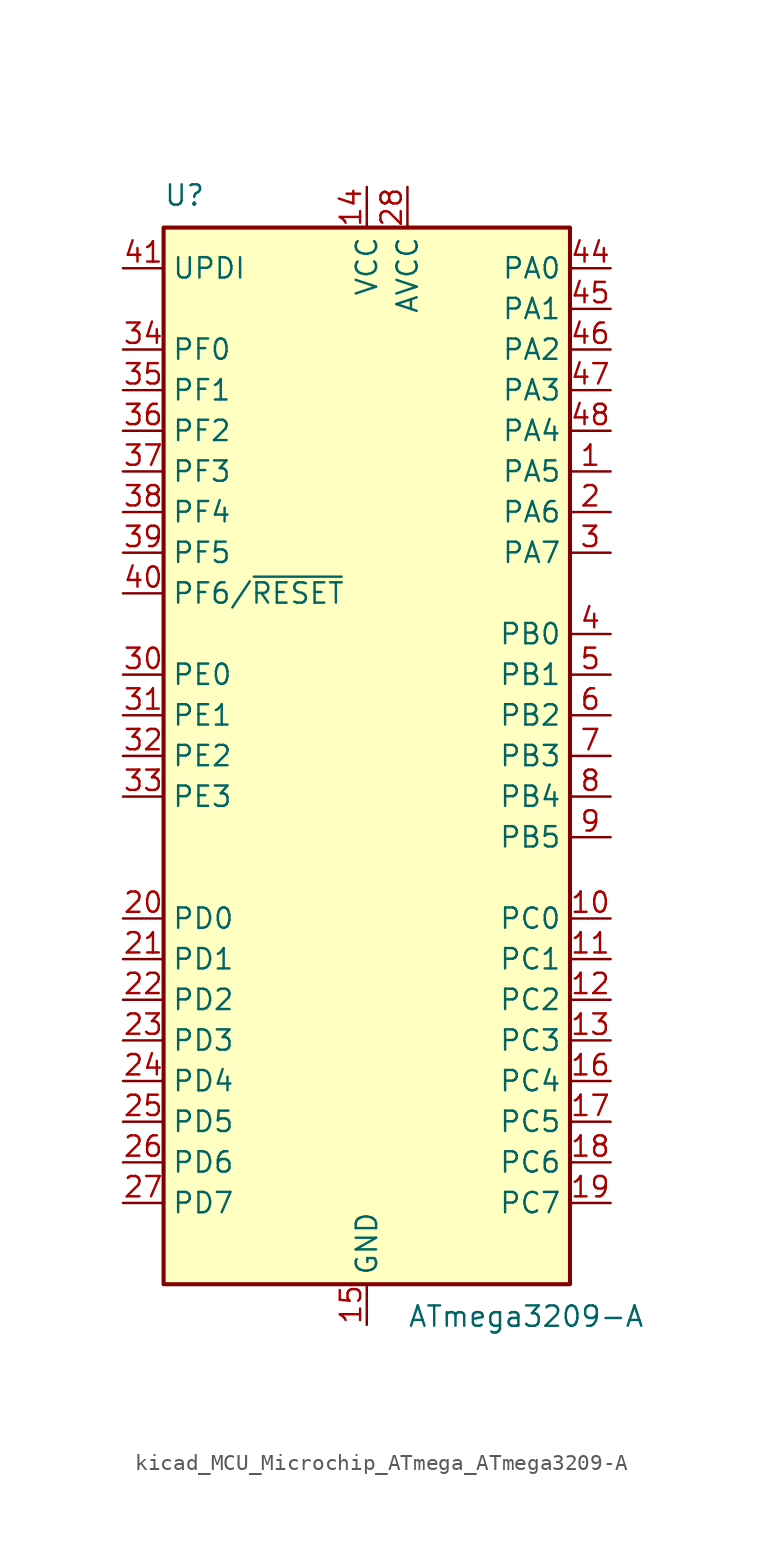
<source format=kicad_sym>
(kicad_symbol_lib
  (version 20220914)
  (generator kicad_symbol_editor)
  (symbol "kicad_MCU_Microchip_ATmega_ATmega3209-A"
    (property "Reference" "U"
      (at -12.7 34.29 0)
      (effects (font (size 1.27 1.27)) (justify left bottom)))
    (property "Value" "ATmega3209-A"
      (at 2.54 -34.29 0)
      (effects (font (size 1.27 1.27)) (justify left top)))
    (symbol "kicad_MCU_Microchip_ATmega_ATmega3209-A_0_1"
      (rectangle (start -12.7 -33.02) (end 12.7 33.02) (stroke (width 0.254) (type default)) (fill (type background))))
    (symbol "kicad_MCU_Microchip_ATmega_ATmega3209-A_1_1"
      (pin bidirectional line (at 15.24 17.78 180) (length 2.54) (name "PA5" (effects (font (size 1.27 1.27)))) (number "1" (effects (font (size 1.27 1.27)))))
      (pin bidirectional line (at 15.24 -10.16 180) (length 2.54) (name "PC0" (effects (font (size 1.27 1.27)))) (number "10" (effects (font (size 1.27 1.27)))))
      (pin bidirectional line (at 15.24 -12.7 180) (length 2.54) (name "PC1" (effects (font (size 1.27 1.27)))) (number "11" (effects (font (size 1.27 1.27)))))
      (pin bidirectional line (at 15.24 -15.24 180) (length 2.54) (name "PC2" (effects (font (size 1.27 1.27)))) (number "12" (effects (font (size 1.27 1.27)))))
      (pin bidirectional line (at 15.24 -17.78 180) (length 2.54) (name "PC3" (effects (font (size 1.27 1.27)))) (number "13" (effects (font (size 1.27 1.27)))))
      (pin power_in line (at 0 35.56 270) (length 2.54) (name "VCC" (effects (font (size 1.27 1.27)))) (number "14" (effects (font (size 1.27 1.27)))))
      (pin power_in line (at 0 -35.56 90) (length 2.54) (name "GND" (effects (font (size 1.27 1.27)))) (number "15" (effects (font (size 1.27 1.27)))))
      (pin bidirectional line (at 15.24 -20.32 180) (length 2.54) (name "PC4" (effects (font (size 1.27 1.27)))) (number "16" (effects (font (size 1.27 1.27)))))
      (pin bidirectional line (at 15.24 -22.86 180) (length 2.54) (name "PC5" (effects (font (size 1.27 1.27)))) (number "17" (effects (font (size 1.27 1.27)))))
      (pin bidirectional line (at 15.24 -25.4 180) (length 2.54) (name "PC6" (effects (font (size 1.27 1.27)))) (number "18" (effects (font (size 1.27 1.27)))))
      (pin bidirectional line (at 15.24 -27.94 180) (length 2.54) (name "PC7" (effects (font (size 1.27 1.27)))) (number "19" (effects (font (size 1.27 1.27)))))
      (pin bidirectional line (at 15.24 15.24 180) (length 2.54) (name "PA6" (effects (font (size 1.27 1.27)))) (number "2" (effects (font (size 1.27 1.27)))))
      (pin bidirectional line (at -15.24 -10.16 0) (length 2.54) (name "PD0" (effects (font (size 1.27 1.27)))) (number "20" (effects (font (size 1.27 1.27)))))
      (pin bidirectional line (at -15.24 -12.7 0) (length 2.54) (name "PD1" (effects (font (size 1.27 1.27)))) (number "21" (effects (font (size 1.27 1.27)))))
      (pin bidirectional line (at -15.24 -15.24 0) (length 2.54) (name "PD2" (effects (font (size 1.27 1.27)))) (number "22" (effects (font (size 1.27 1.27)))))
      (pin bidirectional line (at -15.24 -17.78 0) (length 2.54) (name "PD3" (effects (font (size 1.27 1.27)))) (number "23" (effects (font (size 1.27 1.27)))))
      (pin bidirectional line (at -15.24 -20.32 0) (length 2.54) (name "PD4" (effects (font (size 1.27 1.27)))) (number "24" (effects (font (size 1.27 1.27)))))
      (pin bidirectional line (at -15.24 -22.86 0) (length 2.54) (name "PD5" (effects (font (size 1.27 1.27)))) (number "25" (effects (font (size 1.27 1.27)))))
      (pin bidirectional line (at -15.24 -25.4 0) (length 2.54) (name "PD6" (effects (font (size 1.27 1.27)))) (number "26" (effects (font (size 1.27 1.27)))))
      (pin bidirectional line (at -15.24 -27.94 0) (length 2.54) (name "PD7" (effects (font (size 1.27 1.27)))) (number "27" (effects (font (size 1.27 1.27)))))
      (pin power_in line (at 2.54 35.56 270) (length 2.54) (name "AVCC" (effects (font (size 1.27 1.27)))) (number "28" (effects (font (size 1.27 1.27)))))
      (pin passive line (at 0 -35.56 90) (length 2.54) hide (name "GND" (effects (font (size 1.27 1.27)))) (number "29" (effects (font (size 1.27 1.27)))))
      (pin bidirectional line (at 15.24 12.7 180) (length 2.54) (name "PA7" (effects (font (size 1.27 1.27)))) (number "3" (effects (font (size 1.27 1.27)))))
      (pin bidirectional line (at -15.24 5.08 0) (length 2.54) (name "PE0" (effects (font (size 1.27 1.27)))) (number "30" (effects (font (size 1.27 1.27)))))
      (pin bidirectional line (at -15.24 2.54 0) (length 2.54) (name "PE1" (effects (font (size 1.27 1.27)))) (number "31" (effects (font (size 1.27 1.27)))))
      (pin bidirectional line (at -15.24 0 0) (length 2.54) (name "PE2" (effects (font (size 1.27 1.27)))) (number "32" (effects (font (size 1.27 1.27)))))
      (pin bidirectional line (at -15.24 -2.54 0) (length 2.54) (name "PE3" (effects (font (size 1.27 1.27)))) (number "33" (effects (font (size 1.27 1.27)))))
      (pin bidirectional line (at -15.24 25.4 0) (length 2.54) (name "PF0" (effects (font (size 1.27 1.27)))) (number "34" (effects (font (size 1.27 1.27)))))
      (pin bidirectional line (at -15.24 22.86 0) (length 2.54) (name "PF1" (effects (font (size 1.27 1.27)))) (number "35" (effects (font (size 1.27 1.27)))))
      (pin bidirectional line (at -15.24 20.32 0) (length 2.54) (name "PF2" (effects (font (size 1.27 1.27)))) (number "36" (effects (font (size 1.27 1.27)))))
      (pin bidirectional line (at -15.24 17.78 0) (length 2.54) (name "PF3" (effects (font (size 1.27 1.27)))) (number "37" (effects (font (size 1.27 1.27)))))
      (pin bidirectional line (at -15.24 15.24 0) (length 2.54) (name "PF4" (effects (font (size 1.27 1.27)))) (number "38" (effects (font (size 1.27 1.27)))))
      (pin bidirectional line (at -15.24 12.7 0) (length 2.54) (name "PF5" (effects (font (size 1.27 1.27)))) (number "39" (effects (font (size 1.27 1.27)))))
      (pin bidirectional line (at 15.24 7.62 180) (length 2.54) (name "PB0" (effects (font (size 1.27 1.27)))) (number "4" (effects (font (size 1.27 1.27)))))
      (pin bidirectional line (at -15.24 10.16 0) (length 2.54) (name "PF6/~{RESET}" (effects (font (size 1.27 1.27)))) (number "40" (effects (font (size 1.27 1.27)))))
      (pin bidirectional line (at -15.24 30.48 0) (length 2.54) (name "UPDI" (effects (font (size 1.27 1.27)))) (number "41" (effects (font (size 1.27 1.27)))))
      (pin passive line (at 0 35.56 270) (length 2.54) hide (name "VCC" (effects (font (size 1.27 1.27)))) (number "42" (effects (font (size 1.27 1.27)))))
      (pin passive line (at 0 -35.56 90) (length 2.54) hide (name "GND" (effects (font (size 1.27 1.27)))) (number "43" (effects (font (size 1.27 1.27)))))
      (pin bidirectional line (at 15.24 30.48 180) (length 2.54) (name "PA0" (effects (font (size 1.27 1.27)))) (number "44" (effects (font (size 1.27 1.27)))))
      (pin bidirectional line (at 15.24 27.94 180) (length 2.54) (name "PA1" (effects (font (size 1.27 1.27)))) (number "45" (effects (font (size 1.27 1.27)))))
      (pin bidirectional line (at 15.24 25.4 180) (length 2.54) (name "PA2" (effects (font (size 1.27 1.27)))) (number "46" (effects (font (size 1.27 1.27)))))
      (pin bidirectional line (at 15.24 22.86 180) (length 2.54) (name "PA3" (effects (font (size 1.27 1.27)))) (number "47" (effects (font (size 1.27 1.27)))))
      (pin bidirectional line (at 15.24 20.32 180) (length 2.54) (name "PA4" (effects (font (size 1.27 1.27)))) (number "48" (effects (font (size 1.27 1.27)))))
      (pin bidirectional line (at 15.24 5.08 180) (length 2.54) (name "PB1" (effects (font (size 1.27 1.27)))) (number "5" (effects (font (size 1.27 1.27)))))
      (pin bidirectional line (at 15.24 2.54 180) (length 2.54) (name "PB2" (effects (font (size 1.27 1.27)))) (number "6" (effects (font (size 1.27 1.27)))))
      (pin bidirectional line (at 15.24 0 180) (length 2.54) (name "PB3" (effects (font (size 1.27 1.27)))) (number "7" (effects (font (size 1.27 1.27)))))
      (pin bidirectional line (at 15.24 -2.54 180) (length 2.54) (name "PB4" (effects (font (size 1.27 1.27)))) (number "8" (effects (font (size 1.27 1.27)))))
      (pin bidirectional line (at 15.24 -5.08 180) (length 2.54) (name "PB5" (effects (font (size 1.27 1.27)))) (number "9" (effects (font (size 1.27 1.27))))))))
</source>
